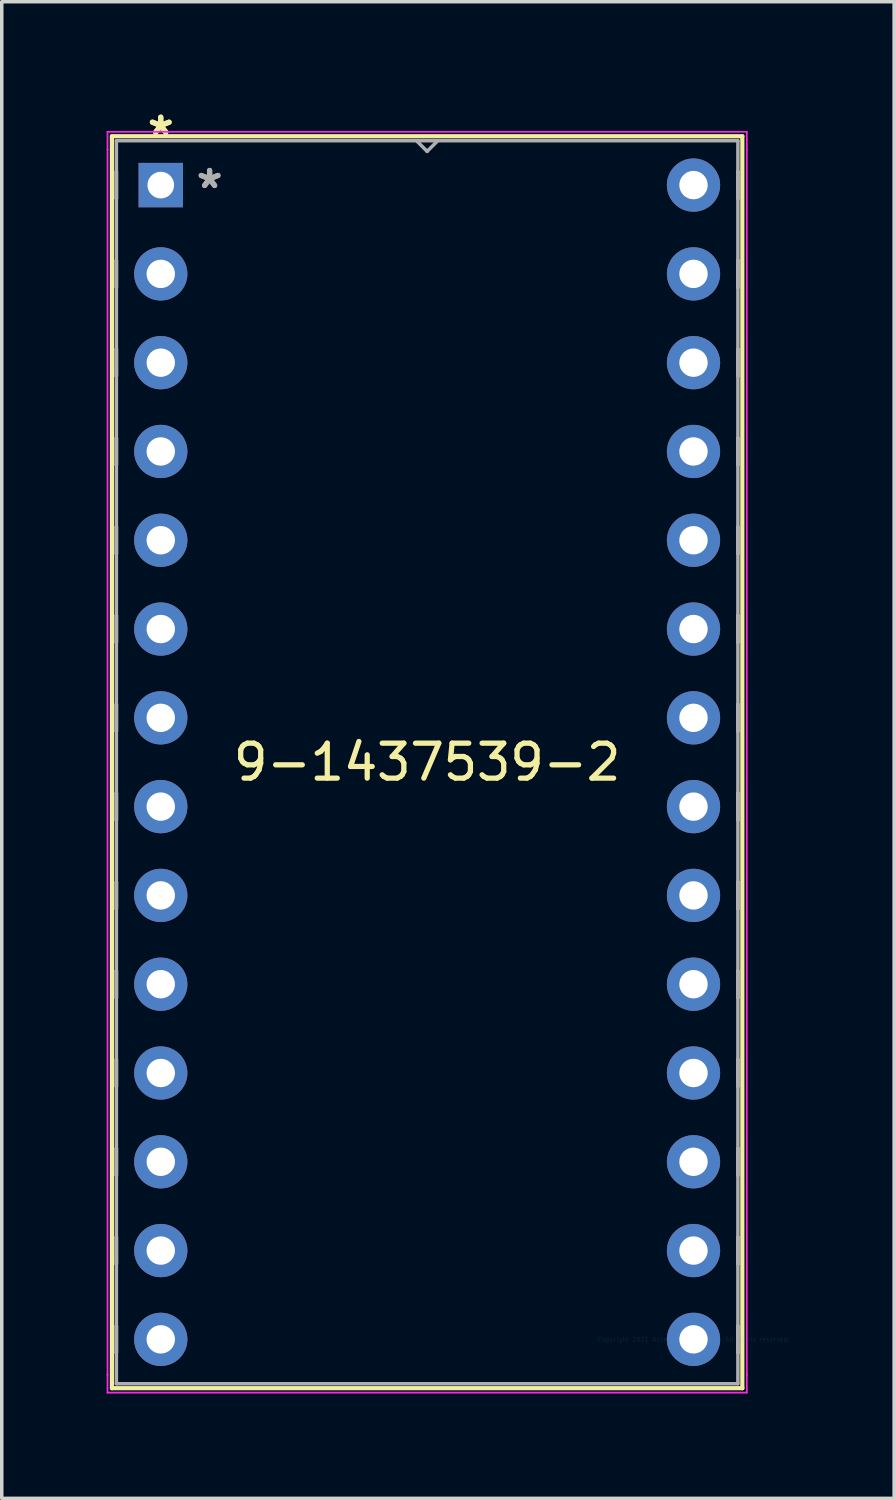
<source format=kicad_pcb>
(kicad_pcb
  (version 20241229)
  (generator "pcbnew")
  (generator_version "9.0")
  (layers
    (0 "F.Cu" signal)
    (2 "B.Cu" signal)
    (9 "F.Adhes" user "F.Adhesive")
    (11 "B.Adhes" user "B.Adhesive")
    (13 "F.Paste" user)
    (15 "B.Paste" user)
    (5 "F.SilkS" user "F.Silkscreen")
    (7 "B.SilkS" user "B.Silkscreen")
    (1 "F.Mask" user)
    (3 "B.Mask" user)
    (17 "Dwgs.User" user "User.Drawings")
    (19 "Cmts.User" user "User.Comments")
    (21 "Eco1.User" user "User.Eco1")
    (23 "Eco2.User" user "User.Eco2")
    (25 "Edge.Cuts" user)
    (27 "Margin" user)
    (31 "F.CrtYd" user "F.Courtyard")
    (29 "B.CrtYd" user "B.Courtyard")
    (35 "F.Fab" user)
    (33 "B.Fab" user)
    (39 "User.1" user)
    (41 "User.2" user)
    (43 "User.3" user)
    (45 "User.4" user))
  (footprint "9-1437539-2"
    (layer "F.Cu")
    (at 16.789 35.265)
    (property "Reference" "9-1437539-2" (at -7.62 -16.51 0) (layer "F.SilkS") (effects (font (size 1 1) (thickness 0.15))))
    (attr through_hole)
    (fp_line (start -16.637 -34.417) (end -16.637 1.397) (stroke (width 0.12) (type solid)) (layer "F.SilkS"))
    (fp_line (start -16.637 1.397) (end 1.397 1.397) (stroke (width 0.12) (type solid)) (layer "F.SilkS"))
    (fp_line (start 1.397 -34.417) (end -16.637 -34.417) (stroke (width 0.12) (type solid)) (layer "F.SilkS"))
    (fp_line (start 1.397 1.397) (end 1.397 -34.417) (stroke (width 0.12) (type solid)) (layer "F.SilkS"))
    (fp_line (start -16.764 -34.544) (end -16.764 -34.036) (stroke (width 0.05) (type solid)) (layer "F.CrtYd"))
    (fp_line (start -16.764 -34.036) (end -16.764 -34.036) (stroke (width 0.05) (type solid)) (layer "F.CrtYd"))
    (fp_line (start -16.764 -34.036) (end -16.764 1.016) (stroke (width 0.05) (type solid)) (layer "F.CrtYd"))
    (fp_line (start -16.764 1.016) (end -16.764 1.016) (stroke (width 0.05) (type solid)) (layer "F.CrtYd"))
    (fp_line (start -16.764 1.016) (end -16.764 1.524) (stroke (width 0.05) (type solid)) (layer "F.CrtYd"))
    (fp_line (start -16.764 1.524) (end 1.524 1.524) (stroke (width 0.05) (type solid)) (layer "F.CrtYd"))
    (fp_line (start 1.524 -34.544) (end -16.764 -34.544) (stroke (width 0.05) (type solid)) (layer "F.CrtYd"))
    (fp_line (start 1.524 -34.036) (end 1.524 -34.544) (stroke (width 0.05) (type solid)) (layer "F.CrtYd"))
    (fp_line (start 1.524 -34.036) (end 1.524 -34.036) (stroke (width 0.05) (type solid)) (layer "F.CrtYd"))
    (fp_line (start 1.524 1.016) (end 1.524 -34.036) (stroke (width 0.05) (type solid)) (layer "F.CrtYd"))
    (fp_line (start 1.524 1.016) (end 1.524 1.016) (stroke (width 0.05) (type solid)) (layer "F.CrtYd"))
    (fp_line (start 1.524 1.524) (end 1.524 1.016) (stroke (width 0.05) (type solid)) (layer "F.CrtYd"))
    (fp_line (start -16.51 -34.29) (end -16.51 1.27) (stroke (width 0.1) (type solid)) (layer "F.Fab"))
    (fp_line (start -16.51 -33.401) (end -16.51 -33.401) (stroke (width 0.1) (type solid)) (layer "F.Fab"))
    (fp_line (start -16.51 -33.401) (end -16.51 -32.639) (stroke (width 0.1) (type solid)) (layer "F.Fab"))
    (fp_line (start -16.51 -32.639) (end -16.51 -33.401) (stroke (width 0.1) (type solid)) (layer "F.Fab"))
    (fp_line (start -16.51 -32.639) (end -16.51 -32.639) (stroke (width 0.1) (type solid)) (layer "F.Fab"))
    (fp_line (start -16.51 -30.861) (end -16.51 -30.861) (stroke (width 0.1) (type solid)) (layer "F.Fab"))
    (fp_line (start -16.51 -30.861) (end -16.51 -30.099) (stroke (width 0.1) (type solid)) (layer "F.Fab"))
    (fp_line (start -16.51 -30.099) (end -16.51 -30.861) (stroke (width 0.1) (type solid)) (layer "F.Fab"))
    (fp_line (start -16.51 -30.099) (end -16.51 -30.099) (stroke (width 0.1) (type solid)) (layer "F.Fab"))
    (fp_line (start -16.51 -28.321) (end -16.51 -28.321) (stroke (width 0.1) (type solid)) (layer "F.Fab"))
    (fp_line (start -16.51 -28.321) (end -16.51 -27.559) (stroke (width 0.1) (type solid)) (layer "F.Fab"))
    (fp_line (start -16.51 -27.559) (end -16.51 -28.321) (stroke (width 0.1) (type solid)) (layer "F.Fab"))
    (fp_line (start -16.51 -27.559) (end -16.51 -27.559) (stroke (width 0.1) (type solid)) (layer "F.Fab"))
    (fp_line (start -16.51 -25.781) (end -16.51 -25.781) (stroke (width 0.1) (type solid)) (layer "F.Fab"))
    (fp_line (start -16.51 -25.781) (end -16.51 -25.019) (stroke (width 0.1) (type solid)) (layer "F.Fab"))
    (fp_line (start -16.51 -25.019) (end -16.51 -25.781) (stroke (width 0.1) (type solid)) (layer "F.Fab"))
    (fp_line (start -16.51 -25.019) (end -16.51 -25.019) (stroke (width 0.1) (type solid)) (layer "F.Fab"))
    (fp_line (start -16.51 -23.241) (end -16.51 -23.241) (stroke (width 0.1) (type solid)) (layer "F.Fab"))
    (fp_line (start -16.51 -23.241) (end -16.51 -22.479) (stroke (width 0.1) (type solid)) (layer "F.Fab"))
    (fp_line (start -16.51 -22.479) (end -16.51 -23.241) (stroke (width 0.1) (type solid)) (layer "F.Fab"))
    (fp_line (start -16.51 -22.479) (end -16.51 -22.479) (stroke (width 0.1) (type solid)) (layer "F.Fab"))
    (fp_line (start -16.51 -20.701) (end -16.51 -20.701) (stroke (width 0.1) (type solid)) (layer "F.Fab"))
    (fp_line (start -16.51 -20.701) (end -16.51 -19.939) (stroke (width 0.1) (type solid)) (layer "F.Fab"))
    (fp_line (start -16.51 -19.939) (end -16.51 -20.701) (stroke (width 0.1) (type solid)) (layer "F.Fab"))
    (fp_line (start -16.51 -19.939) (end -16.51 -19.939) (stroke (width 0.1) (type solid)) (layer "F.Fab"))
    (fp_line (start -16.51 -18.161) (end -16.51 -18.161) (stroke (width 0.1) (type solid)) (layer "F.Fab"))
    (fp_line (start -16.51 -18.161) (end -16.51 -17.399) (stroke (width 0.1) (type solid)) (layer "F.Fab"))
    (fp_line (start -16.51 -17.399) (end -16.51 -18.161) (stroke (width 0.1) (type solid)) (layer "F.Fab"))
    (fp_line (start -16.51 -17.399) (end -16.51 -17.399) (stroke (width 0.1) (type solid)) (layer "F.Fab"))
    (fp_line (start -16.51 -15.621) (end -16.51 -15.621) (stroke (width 0.1) (type solid)) (layer "F.Fab"))
    (fp_line (start -16.51 -15.621) (end -16.51 -14.859) (stroke (width 0.1) (type solid)) (layer "F.Fab"))
    (fp_line (start -16.51 -14.859) (end -16.51 -15.621) (stroke (width 0.1) (type solid)) (layer "F.Fab"))
    (fp_line (start -16.51 -14.859) (end -16.51 -14.859) (stroke (width 0.1) (type solid)) (layer "F.Fab"))
    (fp_line (start -16.51 -13.081) (end -16.51 -13.081) (stroke (width 0.1) (type solid)) (layer "F.Fab"))
    (fp_line (start -16.51 -13.081) (end -16.51 -12.319) (stroke (width 0.1) (type solid)) (layer "F.Fab"))
    (fp_line (start -16.51 -12.319) (end -16.51 -13.081) (stroke (width 0.1) (type solid)) (layer "F.Fab"))
    (fp_line (start -16.51 -12.319) (end -16.51 -12.319) (stroke (width 0.1) (type solid)) (layer "F.Fab"))
    (fp_line (start -16.51 -10.541) (end -16.51 -10.541) (stroke (width 0.1) (type solid)) (layer "F.Fab"))
    (fp_line (start -16.51 -10.541) (end -16.51 -9.779) (stroke (width 0.1) (type solid)) (layer "F.Fab"))
    (fp_line (start -16.51 -9.779) (end -16.51 -10.541) (stroke (width 0.1) (type solid)) (layer "F.Fab"))
    (fp_line (start -16.51 -9.779) (end -16.51 -9.779) (stroke (width 0.1) (type solid)) (layer "F.Fab"))
    (fp_line (start -16.51 -8.001) (end -16.51 -8.001) (stroke (width 0.1) (type solid)) (layer "F.Fab"))
    (fp_line (start -16.51 -8.001) (end -16.51 -7.239) (stroke (width 0.1) (type solid)) (layer "F.Fab"))
    (fp_line (start -16.51 -7.239) (end -16.51 -8.001) (stroke (width 0.1) (type solid)) (layer "F.Fab"))
    (fp_line (start -16.51 -7.239) (end -16.51 -7.239) (stroke (width 0.1) (type solid)) (layer "F.Fab"))
    (fp_line (start -16.51 -5.461) (end -16.51 -5.461) (stroke (width 0.1) (type solid)) (layer "F.Fab"))
    (fp_line (start -16.51 -5.461) (end -16.51 -4.699) (stroke (width 0.1) (type solid)) (layer "F.Fab"))
    (fp_line (start -16.51 -4.699) (end -16.51 -5.461) (stroke (width 0.1) (type solid)) (layer "F.Fab"))
    (fp_line (start -16.51 -4.699) (end -16.51 -4.699) (stroke (width 0.1) (type solid)) (layer "F.Fab"))
    (fp_line (start -16.51 -2.921) (end -16.51 -2.921) (stroke (width 0.1) (type solid)) (layer "F.Fab"))
    (fp_line (start -16.51 -2.921) (end -16.51 -2.159) (stroke (width 0.1) (type solid)) (layer "F.Fab"))
    (fp_line (start -16.51 -2.159) (end -16.51 -2.921) (stroke (width 0.1) (type solid)) (layer "F.Fab"))
    (fp_line (start -16.51 -2.159) (end -16.51 -2.159) (stroke (width 0.1) (type solid)) (layer "F.Fab"))
    (fp_line (start -16.51 -0.381) (end -16.51 -0.381) (stroke (width 0.1) (type solid)) (layer "F.Fab"))
    (fp_line (start -16.51 -0.381) (end -16.51 0.381) (stroke (width 0.1) (type solid)) (layer "F.Fab"))
    (fp_line (start -16.51 0.381) (end -16.51 -0.381) (stroke (width 0.1) (type solid)) (layer "F.Fab"))
    (fp_line (start -16.51 0.381) (end -16.51 0.381) (stroke (width 0.1) (type solid)) (layer "F.Fab"))
    (fp_line (start -16.51 1.27) (end 1.27 1.27) (stroke (width 0.1) (type solid)) (layer "F.Fab"))
    (fp_line (start -7.925 -34.29) (end -7.62 -33.985) (stroke (width 0.1) (type solid)) (layer "F.Fab"))
    (fp_line (start -7.62 -33.985) (end -7.315 -34.29) (stroke (width 0.1) (type solid)) (layer "F.Fab"))
    (fp_line (start 1.27 -34.29) (end -16.51 -34.29) (stroke (width 0.1) (type solid)) (layer "F.Fab"))
    (fp_line (start 1.27 -33.401) (end 1.27 -33.401) (stroke (width 0.1) (type solid)) (layer "F.Fab"))
    (fp_line (start 1.27 -33.401) (end 1.27 -32.639) (stroke (width 0.1) (type solid)) (layer "F.Fab"))
    (fp_line (start 1.27 -32.639) (end 1.27 -33.401) (stroke (width 0.1) (type solid)) (layer "F.Fab"))
    (fp_line (start 1.27 -32.639) (end 1.27 -32.639) (stroke (width 0.1) (type solid)) (layer "F.Fab"))
    (fp_line (start 1.27 -30.861) (end 1.27 -30.861) (stroke (width 0.1) (type solid)) (layer "F.Fab"))
    (fp_line (start 1.27 -30.861) (end 1.27 -30.099) (stroke (width 0.1) (type solid)) (layer "F.Fab"))
    (fp_line (start 1.27 -30.099) (end 1.27 -30.861) (stroke (width 0.1) (type solid)) (layer "F.Fab"))
    (fp_line (start 1.27 -30.099) (end 1.27 -30.099) (stroke (width 0.1) (type solid)) (layer "F.Fab"))
    (fp_line (start 1.27 -28.321) (end 1.27 -28.321) (stroke (width 0.1) (type solid)) (layer "F.Fab"))
    (fp_line (start 1.27 -28.321) (end 1.27 -27.559) (stroke (width 0.1) (type solid)) (layer "F.Fab"))
    (fp_line (start 1.27 -27.559) (end 1.27 -28.321) (stroke (width 0.1) (type solid)) (layer "F.Fab"))
    (fp_line (start 1.27 -27.559) (end 1.27 -27.559) (stroke (width 0.1) (type solid)) (layer "F.Fab"))
    (fp_line (start 1.27 -25.781) (end 1.27 -25.781) (stroke (width 0.1) (type solid)) (layer "F.Fab"))
    (fp_line (start 1.27 -25.781) (end 1.27 -25.019) (stroke (width 0.1) (type solid)) (layer "F.Fab"))
    (fp_line (start 1.27 -25.019) (end 1.27 -25.781) (stroke (width 0.1) (type solid)) (layer "F.Fab"))
    (fp_line (start 1.27 -25.019) (end 1.27 -25.019) (stroke (width 0.1) (type solid)) (layer "F.Fab"))
    (fp_line (start 1.27 -23.241) (end 1.27 -23.241) (stroke (width 0.1) (type solid)) (layer "F.Fab"))
    (fp_line (start 1.27 -23.241) (end 1.27 -22.479) (stroke (width 0.1) (type solid)) (layer "F.Fab"))
    (fp_line (start 1.27 -22.479) (end 1.27 -23.241) (stroke (width 0.1) (type solid)) (layer "F.Fab"))
    (fp_line (start 1.27 -22.479) (end 1.27 -22.479) (stroke (width 0.1) (type solid)) (layer "F.Fab"))
    (fp_line (start 1.27 -20.701) (end 1.27 -20.701) (stroke (width 0.1) (type solid)) (layer "F.Fab"))
    (fp_line (start 1.27 -20.701) (end 1.27 -19.939) (stroke (width 0.1) (type solid)) (layer "F.Fab"))
    (fp_line (start 1.27 -19.939) (end 1.27 -20.701) (stroke (width 0.1) (type solid)) (layer "F.Fab"))
    (fp_line (start 1.27 -19.939) (end 1.27 -19.939) (stroke (width 0.1) (type solid)) (layer "F.Fab"))
    (fp_line (start 1.27 -18.161) (end 1.27 -18.161) (stroke (width 0.1) (type solid)) (layer "F.Fab"))
    (fp_line (start 1.27 -18.161) (end 1.27 -17.399) (stroke (width 0.1) (type solid)) (layer "F.Fab"))
    (fp_line (start 1.27 -17.399) (end 1.27 -18.161) (stroke (width 0.1) (type solid)) (layer "F.Fab"))
    (fp_line (start 1.27 -17.399) (end 1.27 -17.399) (stroke (width 0.1) (type solid)) (layer "F.Fab"))
    (fp_line (start 1.27 -15.621) (end 1.27 -15.621) (stroke (width 0.1) (type solid)) (layer "F.Fab"))
    (fp_line (start 1.27 -15.621) (end 1.27 -14.859) (stroke (width 0.1) (type solid)) (layer "F.Fab"))
    (fp_line (start 1.27 -14.859) (end 1.27 -15.621) (stroke (width 0.1) (type solid)) (layer "F.Fab"))
    (fp_line (start 1.27 -14.859) (end 1.27 -14.859) (stroke (width 0.1) (type solid)) (layer "F.Fab"))
    (fp_line (start 1.27 -13.081) (end 1.27 -13.081) (stroke (width 0.1) (type solid)) (layer "F.Fab"))
    (fp_line (start 1.27 -13.081) (end 1.27 -12.319) (stroke (width 0.1) (type solid)) (layer "F.Fab"))
    (fp_line (start 1.27 -12.319) (end 1.27 -13.081) (stroke (width 0.1) (type solid)) (layer "F.Fab"))
    (fp_line (start 1.27 -12.319) (end 1.27 -12.319) (stroke (width 0.1) (type solid)) (layer "F.Fab"))
    (fp_line (start 1.27 -10.541) (end 1.27 -10.541) (stroke (width 0.1) (type solid)) (layer "F.Fab"))
    (fp_line (start 1.27 -10.541) (end 1.27 -9.779) (stroke (width 0.1) (type solid)) (layer "F.Fab"))
    (fp_line (start 1.27 -9.779) (end 1.27 -10.541) (stroke (width 0.1) (type solid)) (layer "F.Fab"))
    (fp_line (start 1.27 -9.779) (end 1.27 -9.779) (stroke (width 0.1) (type solid)) (layer "F.Fab"))
    (fp_line (start 1.27 -8.001) (end 1.27 -8.001) (stroke (width 0.1) (type solid)) (layer "F.Fab"))
    (fp_line (start 1.27 -8.001) (end 1.27 -7.239) (stroke (width 0.1) (type solid)) (layer "F.Fab"))
    (fp_line (start 1.27 -7.239) (end 1.27 -8.001) (stroke (width 0.1) (type solid)) (layer "F.Fab"))
    (fp_line (start 1.27 -7.239) (end 1.27 -7.239) (stroke (width 0.1) (type solid)) (layer "F.Fab"))
    (fp_line (start 1.27 -5.461) (end 1.27 -5.461) (stroke (width 0.1) (type solid)) (layer "F.Fab"))
    (fp_line (start 1.27 -5.461) (end 1.27 -4.699) (stroke (width 0.1) (type solid)) (layer "F.Fab"))
    (fp_line (start 1.27 -4.699) (end 1.27 -5.461) (stroke (width 0.1) (type solid)) (layer "F.Fab"))
    (fp_line (start 1.27 -4.699) (end 1.27 -4.699) (stroke (width 0.1) (type solid)) (layer "F.Fab"))
    (fp_line (start 1.27 -2.921) (end 1.27 -2.921) (stroke (width 0.1) (type solid)) (layer "F.Fab"))
    (fp_line (start 1.27 -2.921) (end 1.27 -2.159) (stroke (width 0.1) (type solid)) (layer "F.Fab"))
    (fp_line (start 1.27 -2.159) (end 1.27 -2.921) (stroke (width 0.1) (type solid)) (layer "F.Fab"))
    (fp_line (start 1.27 -2.159) (end 1.27 -2.159) (stroke (width 0.1) (type solid)) (layer "F.Fab"))
    (fp_line (start 1.27 -0.381) (end 1.27 -0.381) (stroke (width 0.1) (type solid)) (layer "F.Fab"))
    (fp_line (start 1.27 -0.381) (end 1.27 0.381) (stroke (width 0.1) (type solid)) (layer "F.Fab"))
    (fp_line (start 1.27 0.381) (end 1.27 -0.381) (stroke (width 0.1) (type solid)) (layer "F.Fab"))
    (fp_line (start 1.27 0.381) (end 1.27 0.381) (stroke (width 0.1) (type solid)) (layer "F.Fab"))
    (fp_line (start 1.27 1.27) (end 1.27 -34.29) (stroke (width 0.1) (type solid)) (layer "F.Fab"))
    (fp_text user "*" (at -15.24 -34.417 0) (layer "F.SilkS") (effects (font (size 1 1) (thickness 0.15))))
    (fp_text user "*" (at -15.24 -34.417 0) (layer "F.SilkS") (effects (font (size 1 1) (thickness 0.15))))
    (fp_text user "Copyright 2021 Accelerated Designs. All rights reserved." (at 0 0 0) (layer "Cmts.User") (effects (font (size 0.127 0.127) (thickness 0.002))))
    (fp_text user "*" (at -13.843 -32.893 0) (layer "F.Fab") (effects (font (size 1 1) (thickness 0.15))))
    (fp_text user "*" (at -13.843 -32.893 0) (layer "F.Fab") (effects (font (size 1 1) (thickness 0.15))))
    (pad "1" thru_hole rect (at -15.24 -33.02) (size 1.27 1.27) (drill 0.762) (layers "*.Cu" "*.Mask"))
    (pad "2" thru_hole circle (at -15.24 -30.48) (size 1.524 1.524) (drill 0.813) (layers "*.Cu" "*.Mask"))
    (pad "3" thru_hole circle (at -15.24 -27.94) (size 1.524 1.524) (drill 0.813) (layers "*.Cu" "*.Mask"))
    (pad "4" thru_hole circle (at -15.24 -25.4) (size 1.524 1.524) (drill 0.813) (layers "*.Cu" "*.Mask"))
    (pad "5" thru_hole circle (at -15.24 -22.86) (size 1.524 1.524) (drill 0.813) (layers "*.Cu" "*.Mask"))
    (pad "6" thru_hole circle (at -15.24 -20.32) (size 1.524 1.524) (drill 0.813) (layers "*.Cu" "*.Mask"))
    (pad "7" thru_hole circle (at -15.24 -17.78) (size 1.524 1.524) (drill 0.813) (layers "*.Cu" "*.Mask"))
    (pad "8" thru_hole circle (at -15.24 -15.24) (size 1.524 1.524) (drill 0.813) (layers "*.Cu" "*.Mask"))
    (pad "9" thru_hole circle (at -15.24 -12.7) (size 1.524 1.524) (drill 0.813) (layers "*.Cu" "*.Mask"))
    (pad "10" thru_hole circle (at -15.24 -10.16) (size 1.524 1.524) (drill 0.813) (layers "*.Cu" "*.Mask"))
    (pad "11" thru_hole circle (at -15.24 -7.62) (size 1.524 1.524) (drill 0.813) (layers "*.Cu" "*.Mask"))
    (pad "12" thru_hole circle (at -15.24 -5.08) (size 1.524 1.524) (drill 0.813) (layers "*.Cu" "*.Mask"))
    (pad "13" thru_hole circle (at -15.24 -2.54) (size 1.524 1.524) (drill 0.813) (layers "*.Cu" "*.Mask"))
    (pad "14" thru_hole circle (at -15.24 0) (size 1.524 1.524) (drill 0.813) (layers "*.Cu" "*.Mask"))
    (pad "15" thru_hole circle (at 0 0) (size 1.524 1.524) (drill 0.813) (layers "*.Cu" "*.Mask"))
    (pad "16" thru_hole circle (at 0 -2.54) (size 1.524 1.524) (drill 0.813) (layers "*.Cu" "*.Mask"))
    (pad "17" thru_hole circle (at 0 -5.08) (size 1.524 1.524) (drill 0.813) (layers "*.Cu" "*.Mask"))
    (pad "18" thru_hole circle (at 0 -7.62) (size 1.524 1.524) (drill 0.813) (layers "*.Cu" "*.Mask"))
    (pad "19" thru_hole circle (at 0 -10.16) (size 1.524 1.524) (drill 0.813) (layers "*.Cu" "*.Mask"))
    (pad "20" thru_hole circle (at 0 -12.7) (size 1.524 1.524) (drill 0.813) (layers "*.Cu" "*.Mask"))
    (pad "21" thru_hole circle (at 0 -15.24) (size 1.524 1.524) (drill 0.813) (layers "*.Cu" "*.Mask"))
    (pad "22" thru_hole circle (at 0 -17.78) (size 1.524 1.524) (drill 0.813) (layers "*.Cu" "*.Mask"))
    (pad "23" thru_hole circle (at 0 -20.32) (size 1.524 1.524) (drill 0.813) (layers "*.Cu" "*.Mask"))
    (pad "24" thru_hole circle (at 0 -22.86) (size 1.524 1.524) (drill 0.813) (layers "*.Cu" "*.Mask"))
    (pad "25" thru_hole circle (at 0 -25.4) (size 1.524 1.524) (drill 0.813) (layers "*.Cu" "*.Mask"))
    (pad "26" thru_hole circle (at 0 -27.94) (size 1.524 1.524) (drill 0.813) (layers "*.Cu" "*.Mask"))
    (pad "27" thru_hole circle (at 0 -30.48) (size 1.524 1.524) (drill 0.813) (layers "*.Cu" "*.Mask"))
    (pad "28" thru_hole circle (at 0 -33.02) (size 1.524 1.524) (drill 0.813) (layers "*.Cu" "*.Mask")))
  (gr_rect
    (start -3 -3)
    (end 22.528 39.814)
    (stroke (width 0.1) (type default))
    (fill no)
    (layer "Edge.Cuts")))
</source>
